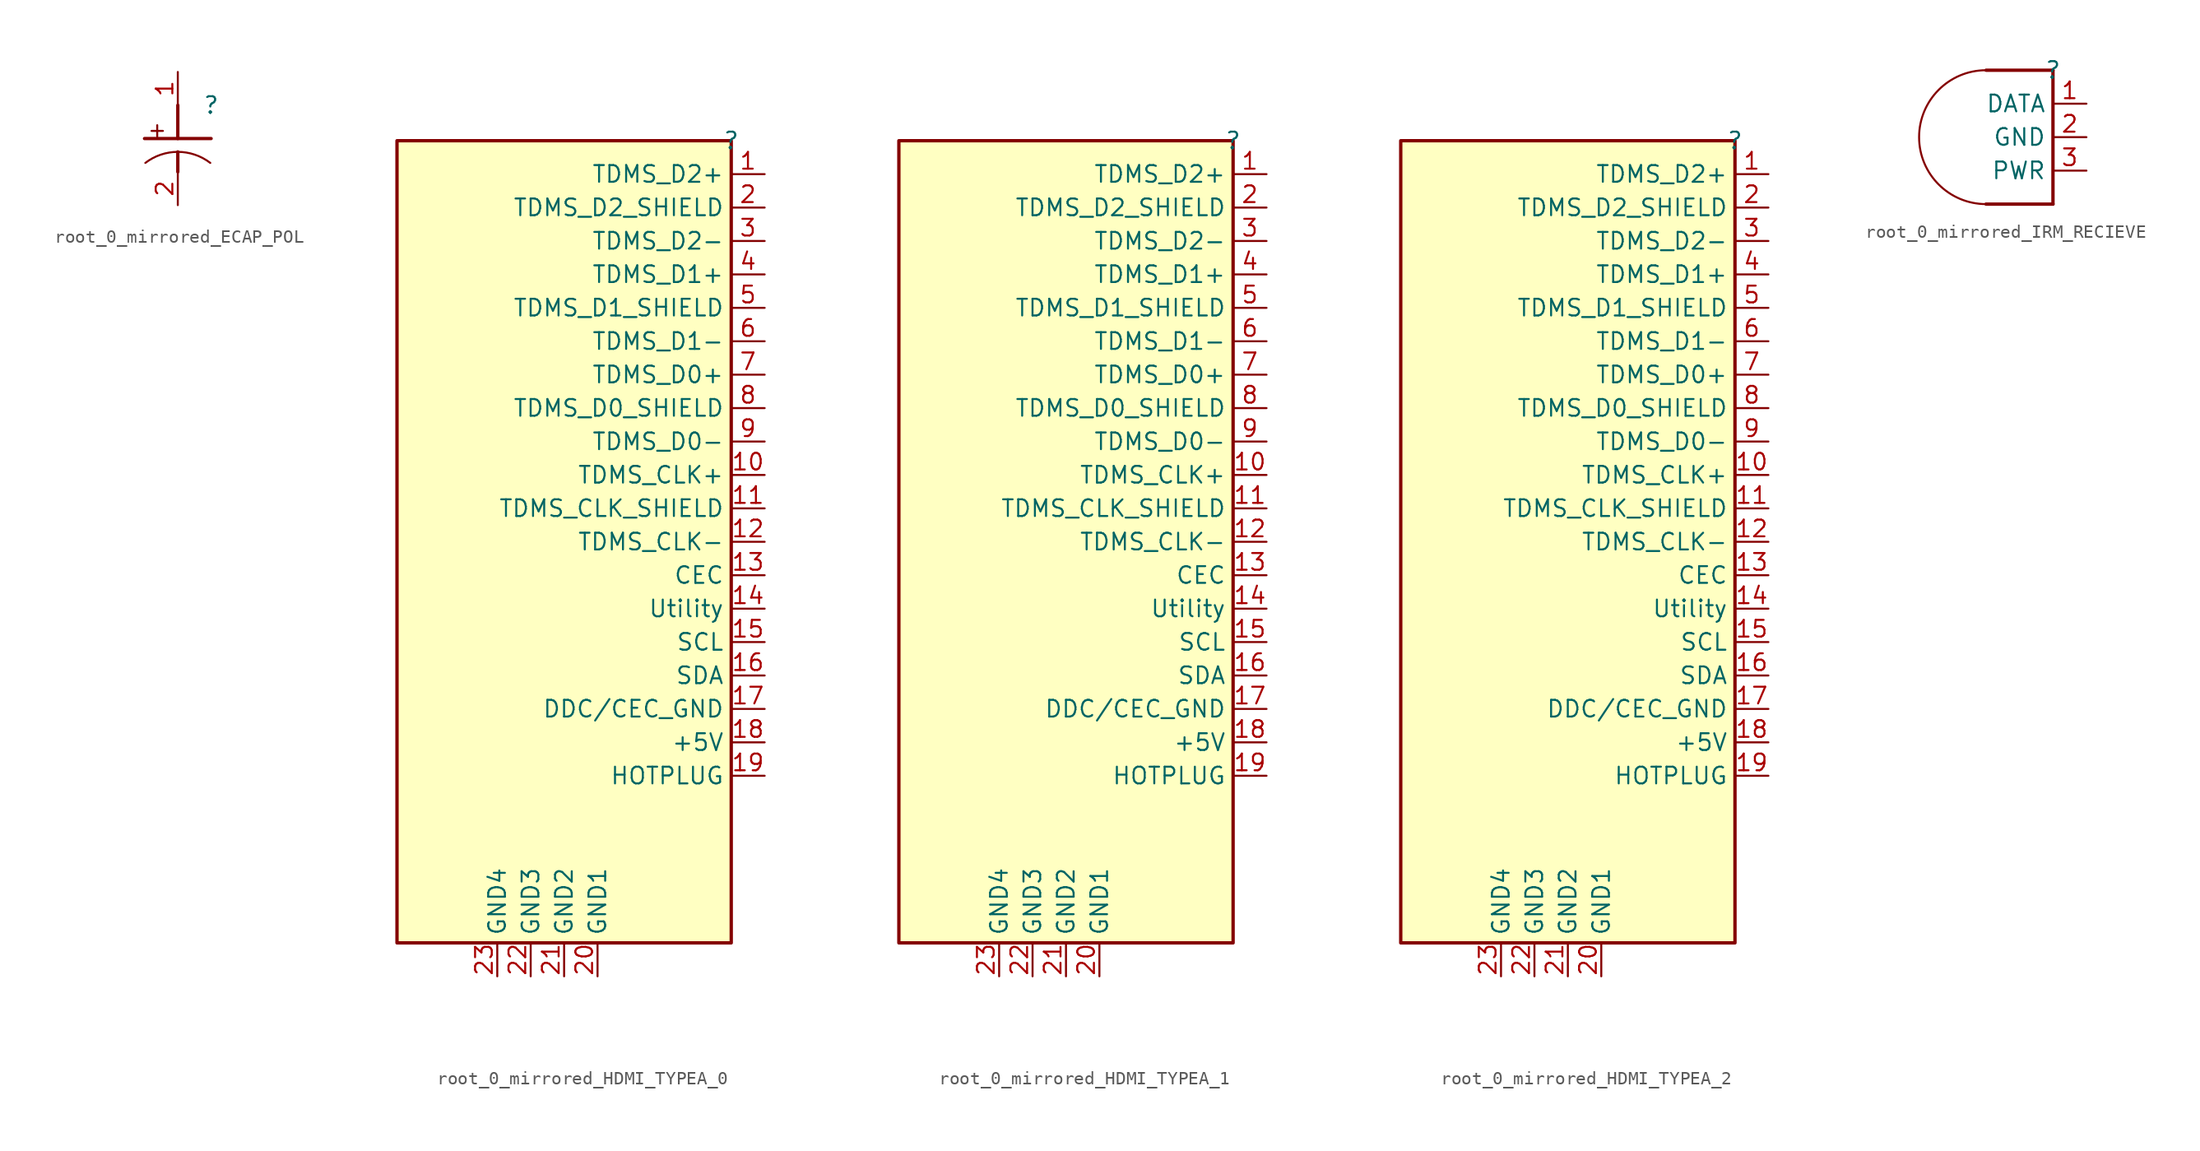
<source format=kicad_sym>
(kicad_symbol_lib
  (version 20220914)
  (generator kicad_symbol_editor)
  (symbol "root_0_mirrored_ECAP_POL"
    (property "Reference" ""
      (at 0 0 0)
      (effects (font (size 1.27 1.27))))
    (property "Value" ""
      (at 0 0 0)
      (effects (font (size 1.27 1.27))))
    (symbol "root_0_mirrored_ECAP_POL_1_0"
      (arc (start -2.54 -3.556) (mid -3.8487 -3.7725) (end -5.0179 -4.3988) (stroke (width 0) (type solid)) (fill (type none)))
      (arc (start -0.0621 -4.3988) (mid -1.2313 -3.7725) (end -2.54 -3.556) (stroke (width 0) (type solid)) (fill (type none)))
      (polyline (pts (xy -2.54 -3.556) (xy -2.54 -5.08)) (stroke (width 0.254) (type solid)) (fill (type none)))
      (polyline (pts (xy -2.54 0) (xy -2.54 -2.54)) (stroke (width 0.254) (type solid)) (fill (type none)))
      (polyline (pts (xy 0 -2.54) (xy -5.08 -2.54)) (stroke (width 0.254) (type solid)) (fill (type none)))
      (text "+" (at -3.302 -2.54 0) (effects (font (size 1.143 1.143)) (justify right bottom)))
      (pin passive line (at -2.54 2.54 270) (length 2.54) (name "1" (effects (font (size 0 0)))) (number "1" (effects (font (size 1.27 1.27)))))
      (pin passive line (at -2.54 -7.62 90) (length 2.54) (name "2" (effects (font (size 0 0)))) (number "2" (effects (font (size 1.27 1.27)))))))
  (symbol "root_0_mirrored_HDMI_TYPEA_0"
    (property "Reference" ""
      (at 0 0 0)
      (effects (font (size 1.27 1.27))))
    (property "Value" ""
      (at 0 0 0)
      (effects (font (size 1.27 1.27))))
    (symbol "root_0_mirrored_HDMI_TYPEA_0_1_0"
      (rectangle (start 0 0) (end -25.4 -60.96) (stroke (width 0.254) (type solid)) (fill (type background)))
      (pin passive line (at 2.54 -2.54 180) (length 2.54) (name "TDMS_D2+" (effects (font (size 1.27 1.27)))) (number "1" (effects (font (size 1.27 1.27)))))
      (pin passive line (at 2.54 -25.4 180) (length 2.54) (name "TDMS_CLK+" (effects (font (size 1.27 1.27)))) (number "10" (effects (font (size 1.27 1.27)))))
      (pin passive line (at 2.54 -27.94 180) (length 2.54) (name "TDMS_CLK_SHIELD" (effects (font (size 1.27 1.27)))) (number "11" (effects (font (size 1.27 1.27)))))
      (pin passive line (at 2.54 -30.48 180) (length 2.54) (name "TDMS_CLK-" (effects (font (size 1.27 1.27)))) (number "12" (effects (font (size 1.27 1.27)))))
      (pin bidirectional line (at 2.54 -33.02 180) (length 2.54) (name "CEC" (effects (font (size 1.27 1.27)))) (number "13" (effects (font (size 1.27 1.27)))))
      (pin passive line (at 2.54 -35.56 180) (length 2.54) (name "Utility" (effects (font (size 1.27 1.27)))) (number "14" (effects (font (size 1.27 1.27)))))
      (pin open_collector line (at 2.54 -38.1 180) (length 2.54) (name "SCL" (effects (font (size 1.27 1.27)))) (number "15" (effects (font (size 1.27 1.27)))))
      (pin open_collector line (at 2.54 -40.64 180) (length 2.54) (name "SDA" (effects (font (size 1.27 1.27)))) (number "16" (effects (font (size 1.27 1.27)))))
      (pin power_in line (at 2.54 -43.18 180) (length 2.54) (name "DDC/CEC_GND" (effects (font (size 1.27 1.27)))) (number "17" (effects (font (size 1.27 1.27)))))
      (pin power_in line (at 2.54 -45.72 180) (length 2.54) (name "+5V" (effects (font (size 1.27 1.27)))) (number "18" (effects (font (size 1.27 1.27)))))
      (pin bidirectional line (at 2.54 -48.26 180) (length 2.54) (name "HOTPLUG" (effects (font (size 1.27 1.27)))) (number "19" (effects (font (size 1.27 1.27)))))
      (pin passive line (at 2.54 -5.08 180) (length 2.54) (name "TDMS_D2_SHIELD" (effects (font (size 1.27 1.27)))) (number "2" (effects (font (size 1.27 1.27)))))
      (pin power_in line (at -10.16 -63.5 90) (length 2.54) (name "GND1" (effects (font (size 1.27 1.27)))) (number "20" (effects (font (size 1.27 1.27)))))
      (pin power_in line (at -12.7 -63.5 90) (length 2.54) (name "GND2" (effects (font (size 1.27 1.27)))) (number "21" (effects (font (size 1.27 1.27)))))
      (pin power_in line (at -15.24 -63.5 90) (length 2.54) (name "GND3" (effects (font (size 1.27 1.27)))) (number "22" (effects (font (size 1.27 1.27)))))
      (pin power_in line (at -17.78 -63.5 90) (length 2.54) (name "GND4" (effects (font (size 1.27 1.27)))) (number "23" (effects (font (size 1.27 1.27)))))
      (pin passive line (at 2.54 -7.62 180) (length 2.54) (name "TDMS_D2-" (effects (font (size 1.27 1.27)))) (number "3" (effects (font (size 1.27 1.27)))))
      (pin passive line (at 2.54 -10.16 180) (length 2.54) (name "TDMS_D1+" (effects (font (size 1.27 1.27)))) (number "4" (effects (font (size 1.27 1.27)))))
      (pin passive line (at 2.54 -12.7 180) (length 2.54) (name "TDMS_D1_SHIELD" (effects (font (size 1.27 1.27)))) (number "5" (effects (font (size 1.27 1.27)))))
      (pin passive line (at 2.54 -15.24 180) (length 2.54) (name "TDMS_D1-" (effects (font (size 1.27 1.27)))) (number "6" (effects (font (size 1.27 1.27)))))
      (pin passive line (at 2.54 -17.78 180) (length 2.54) (name "TDMS_D0+" (effects (font (size 1.27 1.27)))) (number "7" (effects (font (size 1.27 1.27)))))
      (pin passive line (at 2.54 -20.32 180) (length 2.54) (name "TDMS_D0_SHIELD" (effects (font (size 1.27 1.27)))) (number "8" (effects (font (size 1.27 1.27)))))
      (pin passive line (at 2.54 -22.86 180) (length 2.54) (name "TDMS_D0-" (effects (font (size 1.27 1.27)))) (number "9" (effects (font (size 1.27 1.27)))))))
  (symbol "root_0_mirrored_HDMI_TYPEA_1"
    (property "Reference" ""
      (at 0 0 0)
      (effects (font (size 1.27 1.27))))
    (property "Value" ""
      (at 0 0 0)
      (effects (font (size 1.27 1.27))))
    (symbol "root_0_mirrored_HDMI_TYPEA_1_1_0"
      (rectangle (start 0 0) (end -25.4 -60.96) (stroke (width 0.254) (type solid)) (fill (type background)))
      (pin passive line (at 2.54 -2.54 180) (length 2.54) (name "TDMS_D2+" (effects (font (size 1.27 1.27)))) (number "1" (effects (font (size 1.27 1.27)))))
      (pin passive line (at 2.54 -25.4 180) (length 2.54) (name "TDMS_CLK+" (effects (font (size 1.27 1.27)))) (number "10" (effects (font (size 1.27 1.27)))))
      (pin passive line (at 2.54 -27.94 180) (length 2.54) (name "TDMS_CLK_SHIELD" (effects (font (size 1.27 1.27)))) (number "11" (effects (font (size 1.27 1.27)))))
      (pin passive line (at 2.54 -30.48 180) (length 2.54) (name "TDMS_CLK-" (effects (font (size 1.27 1.27)))) (number "12" (effects (font (size 1.27 1.27)))))
      (pin bidirectional line (at 2.54 -33.02 180) (length 2.54) (name "CEC" (effects (font (size 1.27 1.27)))) (number "13" (effects (font (size 1.27 1.27)))))
      (pin passive line (at 2.54 -35.56 180) (length 2.54) (name "Utility" (effects (font (size 1.27 1.27)))) (number "14" (effects (font (size 1.27 1.27)))))
      (pin open_collector line (at 2.54 -38.1 180) (length 2.54) (name "SCL" (effects (font (size 1.27 1.27)))) (number "15" (effects (font (size 1.27 1.27)))))
      (pin open_collector line (at 2.54 -40.64 180) (length 2.54) (name "SDA" (effects (font (size 1.27 1.27)))) (number "16" (effects (font (size 1.27 1.27)))))
      (pin power_in line (at 2.54 -43.18 180) (length 2.54) (name "DDC/CEC_GND" (effects (font (size 1.27 1.27)))) (number "17" (effects (font (size 1.27 1.27)))))
      (pin power_in line (at 2.54 -45.72 180) (length 2.54) (name "+5V" (effects (font (size 1.27 1.27)))) (number "18" (effects (font (size 1.27 1.27)))))
      (pin bidirectional line (at 2.54 -48.26 180) (length 2.54) (name "HOTPLUG" (effects (font (size 1.27 1.27)))) (number "19" (effects (font (size 1.27 1.27)))))
      (pin passive line (at 2.54 -5.08 180) (length 2.54) (name "TDMS_D2_SHIELD" (effects (font (size 1.27 1.27)))) (number "2" (effects (font (size 1.27 1.27)))))
      (pin power_in line (at -10.16 -63.5 90) (length 2.54) (name "GND1" (effects (font (size 1.27 1.27)))) (number "20" (effects (font (size 1.27 1.27)))))
      (pin power_in line (at -12.7 -63.5 90) (length 2.54) (name "GND2" (effects (font (size 1.27 1.27)))) (number "21" (effects (font (size 1.27 1.27)))))
      (pin power_in line (at -15.24 -63.5 90) (length 2.54) (name "GND3" (effects (font (size 1.27 1.27)))) (number "22" (effects (font (size 1.27 1.27)))))
      (pin power_in line (at -17.78 -63.5 90) (length 2.54) (name "GND4" (effects (font (size 1.27 1.27)))) (number "23" (effects (font (size 1.27 1.27)))))
      (pin passive line (at 2.54 -7.62 180) (length 2.54) (name "TDMS_D2-" (effects (font (size 1.27 1.27)))) (number "3" (effects (font (size 1.27 1.27)))))
      (pin passive line (at 2.54 -10.16 180) (length 2.54) (name "TDMS_D1+" (effects (font (size 1.27 1.27)))) (number "4" (effects (font (size 1.27 1.27)))))
      (pin passive line (at 2.54 -12.7 180) (length 2.54) (name "TDMS_D1_SHIELD" (effects (font (size 1.27 1.27)))) (number "5" (effects (font (size 1.27 1.27)))))
      (pin passive line (at 2.54 -15.24 180) (length 2.54) (name "TDMS_D1-" (effects (font (size 1.27 1.27)))) (number "6" (effects (font (size 1.27 1.27)))))
      (pin passive line (at 2.54 -17.78 180) (length 2.54) (name "TDMS_D0+" (effects (font (size 1.27 1.27)))) (number "7" (effects (font (size 1.27 1.27)))))
      (pin passive line (at 2.54 -20.32 180) (length 2.54) (name "TDMS_D0_SHIELD" (effects (font (size 1.27 1.27)))) (number "8" (effects (font (size 1.27 1.27)))))
      (pin passive line (at 2.54 -22.86 180) (length 2.54) (name "TDMS_D0-" (effects (font (size 1.27 1.27)))) (number "9" (effects (font (size 1.27 1.27)))))))
  (symbol "root_0_mirrored_HDMI_TYPEA_2"
    (property "Reference" ""
      (at 0 0 0)
      (effects (font (size 1.27 1.27))))
    (property "Value" ""
      (at 0 0 0)
      (effects (font (size 1.27 1.27))))
    (symbol "root_0_mirrored_HDMI_TYPEA_2_1_0"
      (rectangle (start 0 0) (end -25.4 -60.96) (stroke (width 0.254) (type solid)) (fill (type background)))
      (pin passive line (at 2.54 -2.54 180) (length 2.54) (name "TDMS_D2+" (effects (font (size 1.27 1.27)))) (number "1" (effects (font (size 1.27 1.27)))))
      (pin passive line (at 2.54 -25.4 180) (length 2.54) (name "TDMS_CLK+" (effects (font (size 1.27 1.27)))) (number "10" (effects (font (size 1.27 1.27)))))
      (pin passive line (at 2.54 -27.94 180) (length 2.54) (name "TDMS_CLK_SHIELD" (effects (font (size 1.27 1.27)))) (number "11" (effects (font (size 1.27 1.27)))))
      (pin passive line (at 2.54 -30.48 180) (length 2.54) (name "TDMS_CLK-" (effects (font (size 1.27 1.27)))) (number "12" (effects (font (size 1.27 1.27)))))
      (pin bidirectional line (at 2.54 -33.02 180) (length 2.54) (name "CEC" (effects (font (size 1.27 1.27)))) (number "13" (effects (font (size 1.27 1.27)))))
      (pin passive line (at 2.54 -35.56 180) (length 2.54) (name "Utility" (effects (font (size 1.27 1.27)))) (number "14" (effects (font (size 1.27 1.27)))))
      (pin open_collector line (at 2.54 -38.1 180) (length 2.54) (name "SCL" (effects (font (size 1.27 1.27)))) (number "15" (effects (font (size 1.27 1.27)))))
      (pin open_collector line (at 2.54 -40.64 180) (length 2.54) (name "SDA" (effects (font (size 1.27 1.27)))) (number "16" (effects (font (size 1.27 1.27)))))
      (pin power_in line (at 2.54 -43.18 180) (length 2.54) (name "DDC/CEC_GND" (effects (font (size 1.27 1.27)))) (number "17" (effects (font (size 1.27 1.27)))))
      (pin power_in line (at 2.54 -45.72 180) (length 2.54) (name "+5V" (effects (font (size 1.27 1.27)))) (number "18" (effects (font (size 1.27 1.27)))))
      (pin bidirectional line (at 2.54 -48.26 180) (length 2.54) (name "HOTPLUG" (effects (font (size 1.27 1.27)))) (number "19" (effects (font (size 1.27 1.27)))))
      (pin passive line (at 2.54 -5.08 180) (length 2.54) (name "TDMS_D2_SHIELD" (effects (font (size 1.27 1.27)))) (number "2" (effects (font (size 1.27 1.27)))))
      (pin power_in line (at -10.16 -63.5 90) (length 2.54) (name "GND1" (effects (font (size 1.27 1.27)))) (number "20" (effects (font (size 1.27 1.27)))))
      (pin power_in line (at -12.7 -63.5 90) (length 2.54) (name "GND2" (effects (font (size 1.27 1.27)))) (number "21" (effects (font (size 1.27 1.27)))))
      (pin power_in line (at -15.24 -63.5 90) (length 2.54) (name "GND3" (effects (font (size 1.27 1.27)))) (number "22" (effects (font (size 1.27 1.27)))))
      (pin power_in line (at -17.78 -63.5 90) (length 2.54) (name "GND4" (effects (font (size 1.27 1.27)))) (number "23" (effects (font (size 1.27 1.27)))))
      (pin passive line (at 2.54 -7.62 180) (length 2.54) (name "TDMS_D2-" (effects (font (size 1.27 1.27)))) (number "3" (effects (font (size 1.27 1.27)))))
      (pin passive line (at 2.54 -10.16 180) (length 2.54) (name "TDMS_D1+" (effects (font (size 1.27 1.27)))) (number "4" (effects (font (size 1.27 1.27)))))
      (pin passive line (at 2.54 -12.7 180) (length 2.54) (name "TDMS_D1_SHIELD" (effects (font (size 1.27 1.27)))) (number "5" (effects (font (size 1.27 1.27)))))
      (pin passive line (at 2.54 -15.24 180) (length 2.54) (name "TDMS_D1-" (effects (font (size 1.27 1.27)))) (number "6" (effects (font (size 1.27 1.27)))))
      (pin passive line (at 2.54 -17.78 180) (length 2.54) (name "TDMS_D0+" (effects (font (size 1.27 1.27)))) (number "7" (effects (font (size 1.27 1.27)))))
      (pin passive line (at 2.54 -20.32 180) (length 2.54) (name "TDMS_D0_SHIELD" (effects (font (size 1.27 1.27)))) (number "8" (effects (font (size 1.27 1.27)))))
      (pin passive line (at 2.54 -22.86 180) (length 2.54) (name "TDMS_D0-" (effects (font (size 1.27 1.27)))) (number "9" (effects (font (size 1.27 1.27)))))))
  (symbol "root_0_mirrored_IRM_RECIEVE"
    (property "Reference" ""
      (at 0 0 0)
      (effects (font (size 1.27 1.27))))
    (property "Value" ""
      (at 0 0 0)
      (effects (font (size 1.27 1.27))))
    (symbol "root_0_mirrored_IRM_RECIEVE_1_0"
      (arc (start -5.08 0) (mid -10.1379 -5.08) (end -5.08 -10.16) (stroke (width 0) (type solid)) (fill (type none)))
      (polyline (pts (xy 0 -10.16) (xy -5.08 -10.16)) (stroke (width 0.254) (type solid)) (fill (type none)))
      (polyline (pts (xy 0 0) (xy -5.08 0)) (stroke (width 0.254) (type solid)) (fill (type none)))
      (polyline (pts (xy 0 0) (xy 0 -10.16)) (stroke (width 0.254) (type solid)) (fill (type none)))
      (pin output line (at 2.54 -2.54 180) (length 2.54) (name "DATA" (effects (font (size 1.27 1.27)))) (number "1" (effects (font (size 1.27 1.27)))))
      (pin power_in line (at 2.54 -5.08 180) (length 2.54) (name "GND" (effects (font (size 1.27 1.27)))) (number "2" (effects (font (size 1.27 1.27)))))
      (pin power_in line (at 2.54 -7.62 180) (length 2.54) (name "PWR" (effects (font (size 1.27 1.27)))) (number "3" (effects (font (size 1.27 1.27))))))))
</source>
